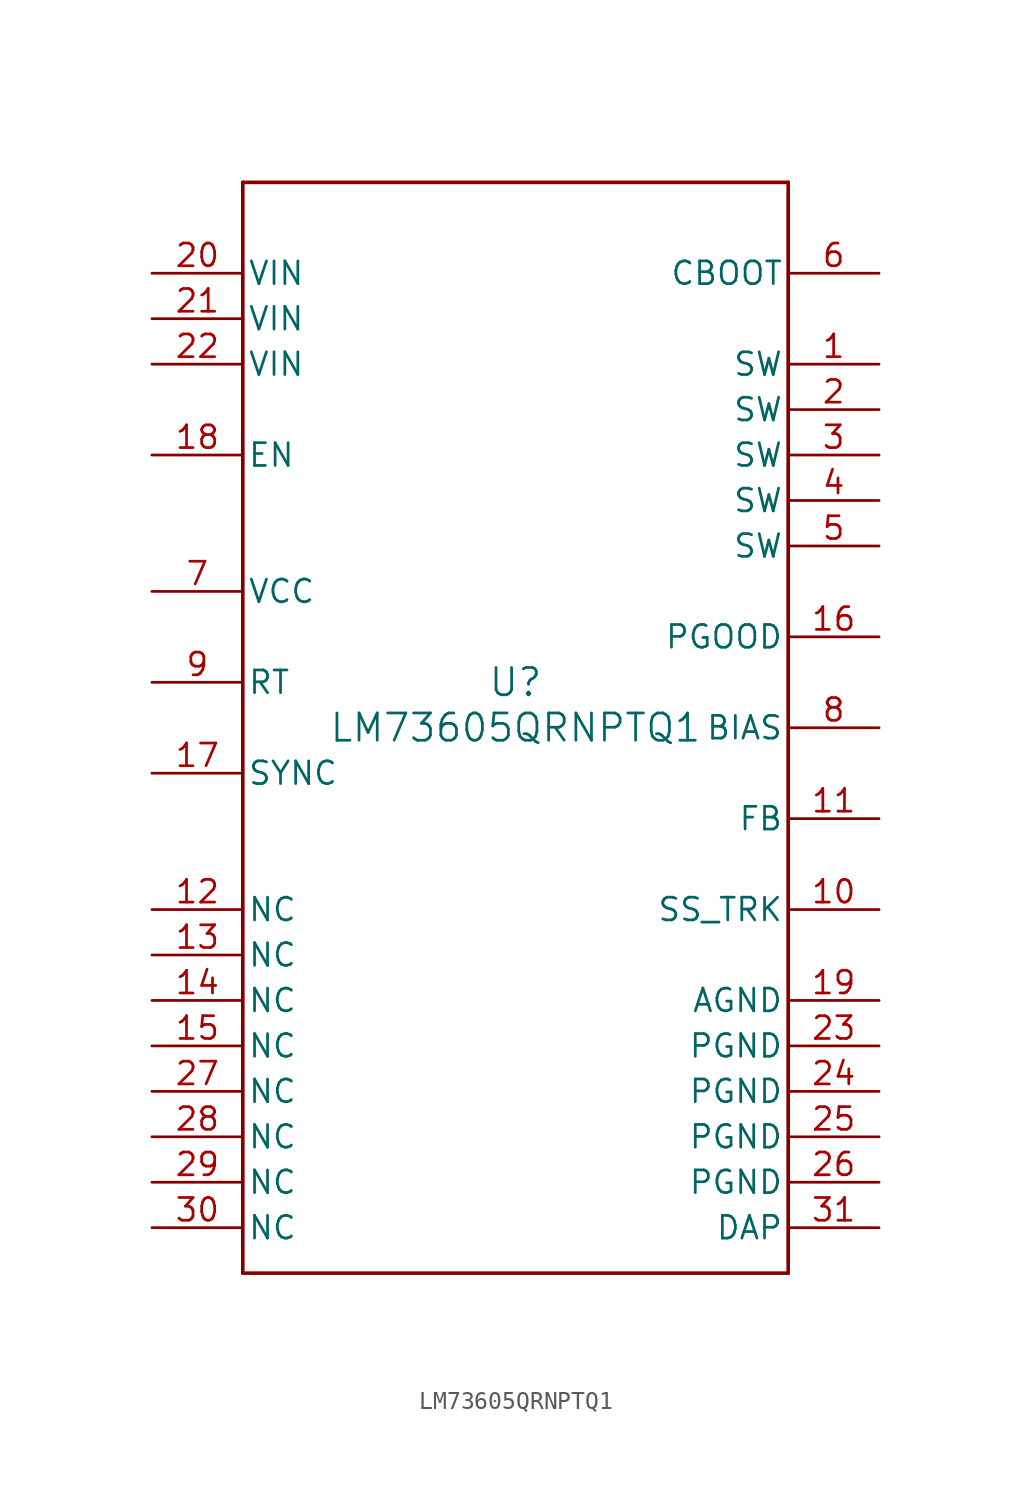
<source format=kicad_sym>
(kicad_symbol_lib
  (version 20211014)
  (generator kicad_symbol_editor)
  (symbol "LM73605QRNPTQ1"
    (pin_names
      (offset 0.254))
    (property "Reference" "U"
      (at 0 2.54 0)
      (effects (font (size 1.524 1.524))))
    (property "Value" "LM73605QRNPTQ1"
      (at 0 0 0)
      (effects (font (size 1.524 1.524))))
    (symbol "LM73605QRNPTQ1_0_1"
      (polyline (pts (xy -15.24 -30.48) (xy 15.24 -30.48)) (stroke (width 0.203) (type default) (color 0 0 0 0)) (fill (type none)))
      (polyline (pts (xy 15.24 -30.48) (xy 15.24 30.48)) (stroke (width 0.203) (type default) (color 0 0 0 0)) (fill (type none)))
      (polyline (pts (xy 15.24 30.48) (xy -15.24 30.48)) (stroke (width 0.203) (type default) (color 0 0 0 0)) (fill (type none)))
      (polyline (pts (xy -15.24 30.48) (xy -15.24 -30.48)) (stroke (width 0.203) (type default) (color 0 0 0 0)) (fill (type none)))
      (pin power_in line (at 20.32 20.32 180) (length 5.08) (name "SW" (effects (font (size 1.27 1.27)))) (number "1" (effects (font (size 1.27 1.27)))))
      (pin power_in line (at 20.32 17.78 180) (length 5.08) (name "SW" (effects (font (size 1.27 1.27)))) (number "2" (effects (font (size 1.27 1.27)))))
      (pin power_in line (at 20.32 15.24 180) (length 5.08) (name "SW" (effects (font (size 1.27 1.27)))) (number "3" (effects (font (size 1.27 1.27)))))
      (pin power_in line (at 20.32 12.7 180) (length 5.08) (name "SW" (effects (font (size 1.27 1.27)))) (number "4" (effects (font (size 1.27 1.27)))))
      (pin power_in line (at 20.32 10.16 180) (length 5.08) (name "SW" (effects (font (size 1.27 1.27)))) (number "5" (effects (font (size 1.27 1.27)))))
      (pin power_in line (at 20.32 25.4 180) (length 5.08) (name "CBOOT" (effects (font (size 1.27 1.27)))) (number "6" (effects (font (size 1.27 1.27)))))
      (pin power_in line (at -20.32 7.62 0) (length 5.08) (name "VCC" (effects (font (size 1.27 1.27)))) (number "7" (effects (font (size 1.27 1.27)))))
      (pin input line (at 20.32 0 180) (length 5.08) (name "BIAS" (effects (font (size 1.27 1.27)))) (number "8" (effects (font (size 1.27 1.27)))))
      (pin input line (at -20.32 2.54 0) (length 5.08) (name "RT" (effects (font (size 1.27 1.27)))) (number "9" (effects (font (size 1.27 1.27)))))
      (pin input line (at 20.32 -10.16 180) (length 5.08) (name "SS_TRK" (effects (font (size 1.27 1.27)))) (number "10" (effects (font (size 1.27 1.27)))))
      (pin input line (at 20.32 -5.08 180) (length 5.08) (name "FB" (effects (font (size 1.27 1.27)))) (number "11" (effects (font (size 1.27 1.27)))))
      (pin unspecified line (at -20.32 -10.16 0) (length 5.08) (name "NC" (effects (font (size 1.27 1.27)))) (number "12" (effects (font (size 1.27 1.27)))))
      (pin unspecified line (at -20.32 -12.7 0) (length 5.08) (name "NC" (effects (font (size 1.27 1.27)))) (number "13" (effects (font (size 1.27 1.27)))))
      (pin unspecified line (at -20.32 -15.24 0) (length 5.08) (name "NC" (effects (font (size 1.27 1.27)))) (number "14" (effects (font (size 1.27 1.27)))))
      (pin unspecified line (at -20.32 -17.78 0) (length 5.08) (name "NC" (effects (font (size 1.27 1.27)))) (number "15" (effects (font (size 1.27 1.27)))))
      (pin open_collector line (at 20.32 5.08 180) (length 5.08) (name "PGOOD" (effects (font (size 1.27 1.27)))) (number "16" (effects (font (size 1.27 1.27)))))
      (pin input line (at -20.32 -2.54 0) (length 5.08) (name "SYNC" (effects (font (size 1.27 1.27)))) (number "17" (effects (font (size 1.27 1.27)))))
      (pin input line (at -20.32 15.24 0) (length 5.08) (name "EN" (effects (font (size 1.27 1.27)))) (number "18" (effects (font (size 1.27 1.27)))))
      (pin power_in line (at 20.32 -15.24 180) (length 5.08) (name "AGND" (effects (font (size 1.27 1.27)))) (number "19" (effects (font (size 1.27 1.27)))))
      (pin power_in line (at -20.32 25.4 0) (length 5.08) (name "VIN" (effects (font (size 1.27 1.27)))) (number "20" (effects (font (size 1.27 1.27)))))
      (pin power_in line (at -20.32 22.86 0) (length 5.08) (name "VIN" (effects (font (size 1.27 1.27)))) (number "21" (effects (font (size 1.27 1.27)))))
      (pin power_in line (at -20.32 20.32 0) (length 5.08) (name "VIN" (effects (font (size 1.27 1.27)))) (number "22" (effects (font (size 1.27 1.27)))))
      (pin power_in line (at 20.32 -17.78 180) (length 5.08) (name "PGND" (effects (font (size 1.27 1.27)))) (number "23" (effects (font (size 1.27 1.27)))))
      (pin power_in line (at 20.32 -20.32 180) (length 5.08) (name "PGND" (effects (font (size 1.27 1.27)))) (number "24" (effects (font (size 1.27 1.27)))))
      (pin power_in line (at 20.32 -22.86 180) (length 5.08) (name "PGND" (effects (font (size 1.27 1.27)))) (number "25" (effects (font (size 1.27 1.27)))))
      (pin power_in line (at 20.32 -25.4 180) (length 5.08) (name "PGND" (effects (font (size 1.27 1.27)))) (number "26" (effects (font (size 1.27 1.27)))))
      (pin unspecified line (at -20.32 -20.32 0) (length 5.08) (name "NC" (effects (font (size 1.27 1.27)))) (number "27" (effects (font (size 1.27 1.27)))))
      (pin unspecified line (at -20.32 -22.86 0) (length 5.08) (name "NC" (effects (font (size 1.27 1.27)))) (number "28" (effects (font (size 1.27 1.27)))))
      (pin unspecified line (at -20.32 -25.4 0) (length 5.08) (name "NC" (effects (font (size 1.27 1.27)))) (number "29" (effects (font (size 1.27 1.27)))))
      (pin unspecified line (at -20.32 -27.94 0) (length 5.08) (name "NC" (effects (font (size 1.27 1.27)))) (number "30" (effects (font (size 1.27 1.27)))))
      (pin power_in line (at 20.32 -27.94 180) (length 5.08) (name "DAP" (effects (font (size 1.27 1.27)))) (number "31" (effects (font (size 1.27 1.27))))))))
</source>
